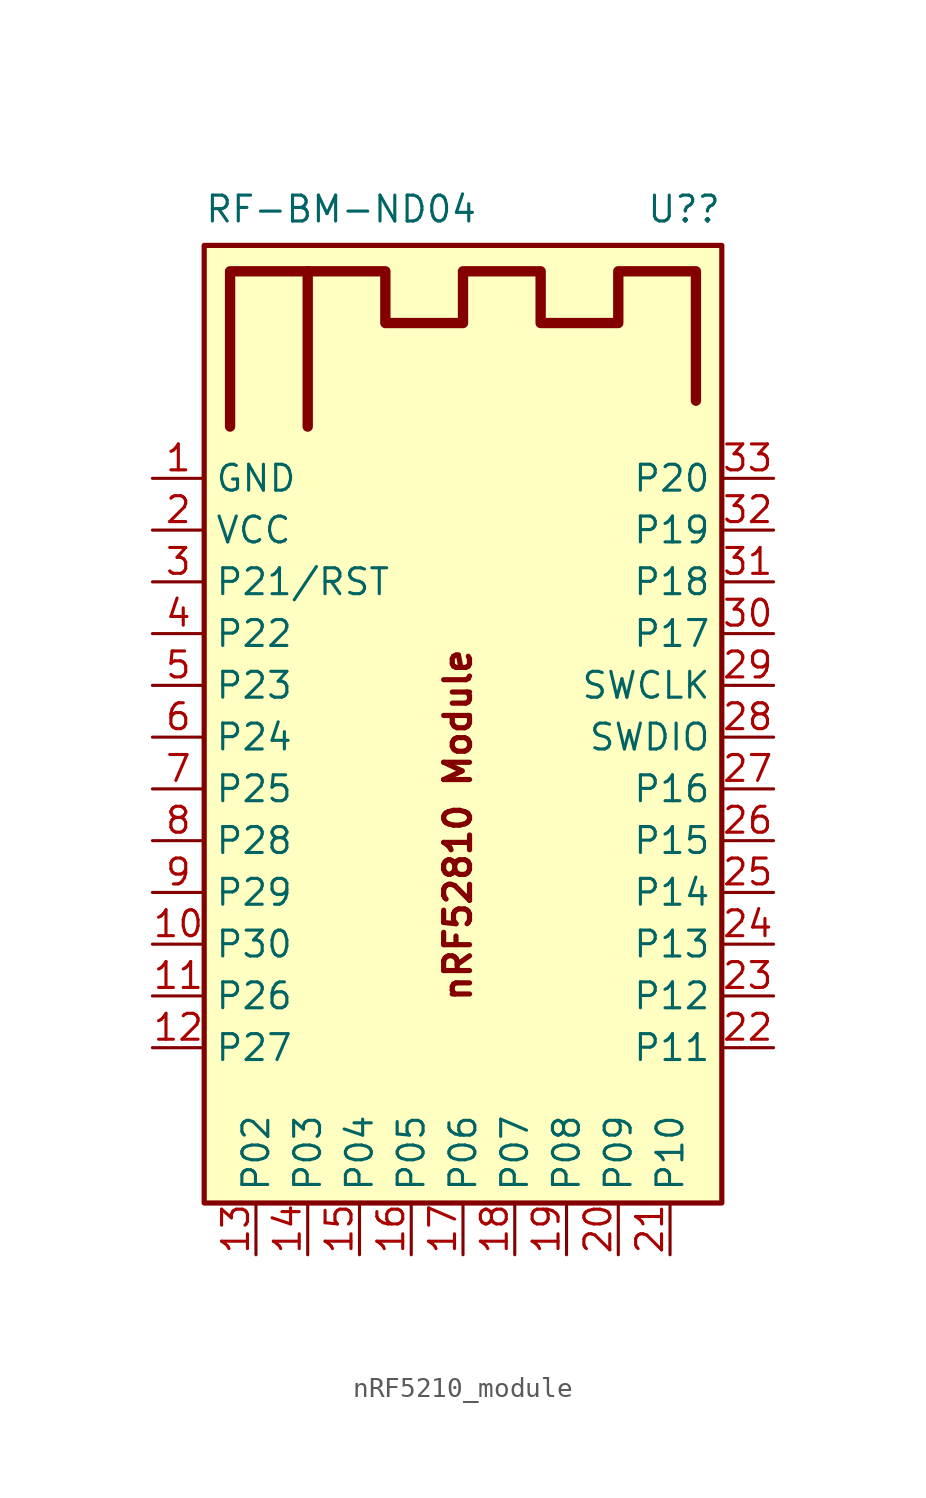
<source format=kicad_sym>
(kicad_symbol_lib
  (version 20241209)
  (generator "kicad_symbol_editor")
  (generator_version "9.0")
  (symbol "nRF5210_module"
    (property "Reference" "U?"
      (at 12.7 25.908 0)
      (effects (font (size 1.27 1.27)) (justify right)))
    (property "Value" "RF-BM-ND04"
      (at -12.7 25.908 0)
      (effects (font (size 1.27 1.27)) (justify left)))
    (property "ki_locked" ""
      (at 0 0 0)
      (effects (font (size 1.27 1.27))))
    (symbol "nRF5210_module_0_1"
      (rectangle (start -12.7 24.13) (end 12.7 -22.86) (stroke (width 0.254) (type default)) (fill (type background))))
    (symbol "nRF5210_module_1_1"
      (polyline (pts (xy -11.43 15.24) (xy -11.43 22.86) (xy -3.81 22.86) (xy -3.81 20.32) (xy 0 20.32) (xy 0 22.86) (xy 3.81 22.86) (xy 3.81 20.32) (xy 7.62 20.32) (xy 7.62 22.86) (xy 11.43 22.86) (xy 11.43 16.51)) (stroke (width 0.508) (type solid)) (fill (type none)))
      (polyline (pts (xy -7.62 22.86) (xy -7.62 15.24)) (stroke (width 0.508) (type solid)) (fill (type none)))
      (text "nRF52810 Module" (at -0.254 -4.318 900) (effects (font (size 1.27 1.27) (thickness 0.254) (bold yes))))
      (pin power_in line (at -15.24 12.7 0) (length 2.54) (name "GND" (effects (font (size 1.27 1.27)))) (number "1" (effects (font (size 1.27 1.27)))))
      (pin power_in line (at -15.24 10.16 0) (length 2.54) (name "VCC" (effects (font (size 1.27 1.27)))) (number "2" (effects (font (size 1.27 1.27)))))
      (pin bidirectional line (at -15.24 7.62 0) (length 2.54) (name "P21/RST" (effects (font (size 1.27 1.27)))) (number "3" (effects (font (size 1.27 1.27)))))
      (pin bidirectional line (at -15.24 5.08 0) (length 2.54) (name "P22" (effects (font (size 1.27 1.27)))) (number "4" (effects (font (size 1.27 1.27)))))
      (pin bidirectional line (at -15.24 2.54 0) (length 2.54) (name "P23" (effects (font (size 1.27 1.27)))) (number "5" (effects (font (size 1.27 1.27)))))
      (pin bidirectional line (at -15.24 0 0) (length 2.54) (name "P24" (effects (font (size 1.27 1.27)))) (number "6" (effects (font (size 1.27 1.27)))))
      (pin bidirectional line (at -15.24 -2.54 0) (length 2.54) (name "P25" (effects (font (size 1.27 1.27)))) (number "7" (effects (font (size 1.27 1.27)))))
      (pin bidirectional line (at -15.24 -5.08 0) (length 2.54) (name "P28" (effects (font (size 1.27 1.27)))) (number "8" (effects (font (size 1.27 1.27)))))
      (pin bidirectional line (at -15.24 -7.62 0) (length 2.54) (name "P29" (effects (font (size 1.27 1.27)))) (number "9" (effects (font (size 1.27 1.27)))))
      (pin bidirectional line (at -15.24 -10.16 0) (length 2.54) (name "P30" (effects (font (size 1.27 1.27)))) (number "10" (effects (font (size 1.27 1.27)))))
      (pin bidirectional line (at -15.24 -12.7 0) (length 2.54) (name "P26" (effects (font (size 1.27 1.27)))) (number "11" (effects (font (size 1.27 1.27)))))
      (pin bidirectional line (at -15.24 -15.24 0) (length 2.54) (name "P27" (effects (font (size 1.27 1.27)))) (number "12" (effects (font (size 1.27 1.27)))))
      (pin bidirectional line (at -10.16 -25.4 90) (length 2.54) (name "P02" (effects (font (size 1.27 1.27)))) (number "13" (effects (font (size 1.27 1.27)))))
      (pin bidirectional line (at -7.62 -25.4 90) (length 2.54) (name "P03" (effects (font (size 1.27 1.27)))) (number "14" (effects (font (size 1.27 1.27)))))
      (pin bidirectional line (at -5.08 -25.4 90) (length 2.54) (name "P04" (effects (font (size 1.27 1.27)))) (number "15" (effects (font (size 1.27 1.27)))))
      (pin bidirectional line (at -2.54 -25.4 90) (length 2.54) (name "P05" (effects (font (size 1.27 1.27)))) (number "16" (effects (font (size 1.27 1.27)))))
      (pin bidirectional line (at 0 -25.4 90) (length 2.54) (name "P06" (effects (font (size 1.27 1.27)))) (number "17" (effects (font (size 1.27 1.27)))))
      (pin bidirectional line (at 2.54 -25.4 90) (length 2.54) (name "P07" (effects (font (size 1.27 1.27)))) (number "18" (effects (font (size 1.27 1.27)))))
      (pin bidirectional line (at 5.08 -25.4 90) (length 2.54) (name "P08" (effects (font (size 1.27 1.27)))) (number "19" (effects (font (size 1.27 1.27)))))
      (pin bidirectional line (at 7.62 -25.4 90) (length 2.54) (name "P09" (effects (font (size 1.27 1.27)))) (number "20" (effects (font (size 1.27 1.27)))))
      (pin bidirectional line (at 10.16 -25.4 90) (length 2.54) (name "P10" (effects (font (size 1.27 1.27)))) (number "21" (effects (font (size 1.27 1.27)))))
      (pin bidirectional line (at 15.24 12.7 180) (length 2.54) (name "P20" (effects (font (size 1.27 1.27)))) (number "33" (effects (font (size 1.27 1.27)))))
      (pin bidirectional line (at 15.24 10.16 180) (length 2.54) (name "P19" (effects (font (size 1.27 1.27)))) (number "32" (effects (font (size 1.27 1.27)))))
      (pin bidirectional line (at 15.24 7.62 180) (length 2.54) (name "P18" (effects (font (size 1.27 1.27)))) (number "31" (effects (font (size 1.27 1.27)))))
      (pin bidirectional line (at 15.24 5.08 180) (length 2.54) (name "P17" (effects (font (size 1.27 1.27)))) (number "30" (effects (font (size 1.27 1.27)))))
      (pin bidirectional line (at 15.24 2.54 180) (length 2.54) (name "SWCLK" (effects (font (size 1.27 1.27)))) (number "29" (effects (font (size 1.27 1.27)))))
      (pin bidirectional line (at 15.24 0 180) (length 2.54) (name "SWDIO" (effects (font (size 1.27 1.27)))) (number "28" (effects (font (size 1.27 1.27)))))
      (pin bidirectional line (at 15.24 -2.54 180) (length 2.54) (name "P16" (effects (font (size 1.27 1.27)))) (number "27" (effects (font (size 1.27 1.27)))))
      (pin bidirectional line (at 15.24 -5.08 180) (length 2.54) (name "P15" (effects (font (size 1.27 1.27)))) (number "26" (effects (font (size 1.27 1.27)))))
      (pin bidirectional line (at 15.24 -7.62 180) (length 2.54) (name "P14" (effects (font (size 1.27 1.27)))) (number "25" (effects (font (size 1.27 1.27)))))
      (pin bidirectional line (at 15.24 -10.16 180) (length 2.54) (name "P13" (effects (font (size 1.27 1.27)))) (number "24" (effects (font (size 1.27 1.27)))))
      (pin bidirectional line (at 15.24 -12.7 180) (length 2.54) (name "P12" (effects (font (size 1.27 1.27)))) (number "23" (effects (font (size 1.27 1.27)))))
      (pin bidirectional line (at 15.24 -15.24 180) (length 2.54) (name "P11" (effects (font (size 1.27 1.27)))) (number "22" (effects (font (size 1.27 1.27))))))))
</source>
